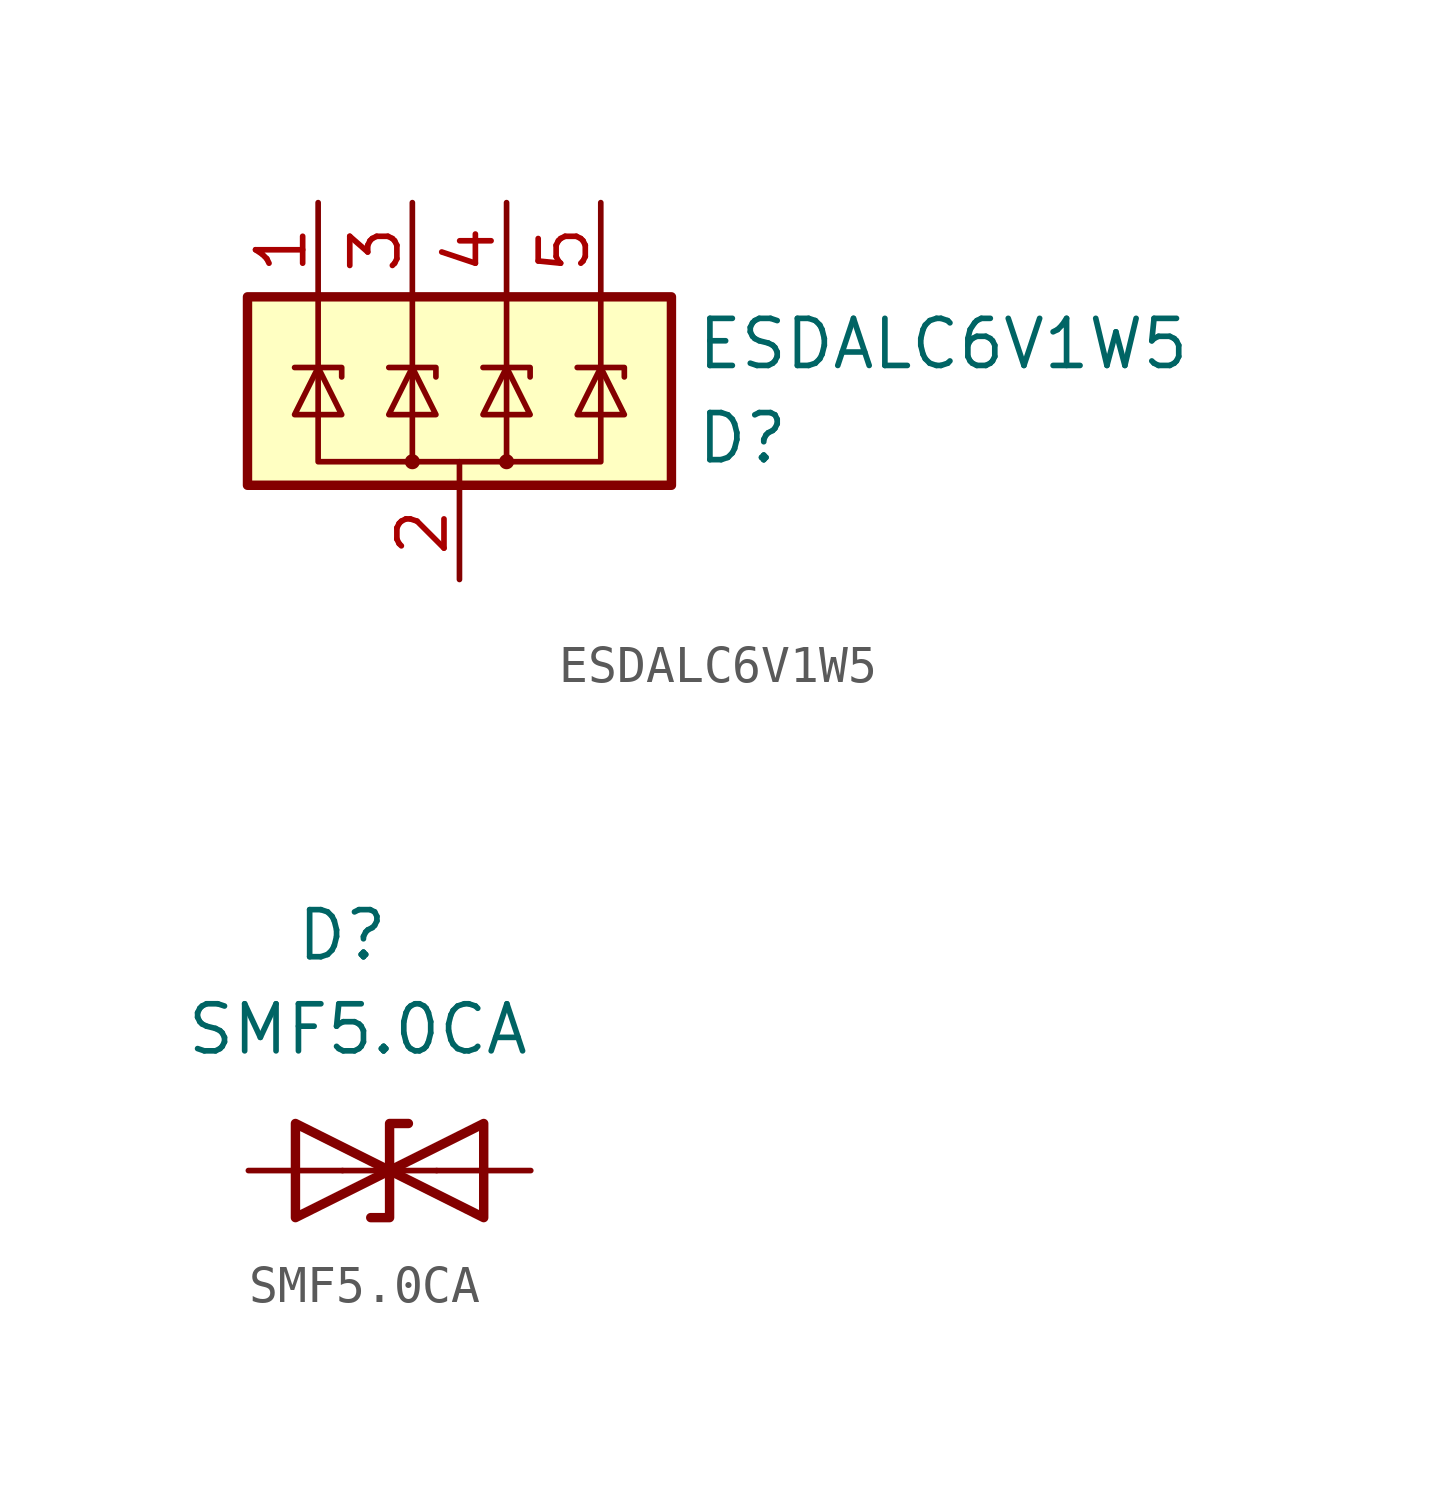
<source format=kicad_sym>
(kicad_symbol_lib
  (version 20211014)
  (generator kicad_symbol_editor)
  (symbol "ESDALC6V1W5"
    (pin_names hide)
    (property "Reference" "D"
      (at 6.35 -1.27 0)
      (effects (font (size 1.27 1.27)) (justify left)))
    (property "Value" "ESDALC6V1W5"
      (at 6.35 1.27 0)
      (effects (font (size 1.27 1.27)) (justify left)))
    (symbol "ESDALC6V1W5_0_0"
      (pin passive line (at 0 -5.08 90) (length 2.54) (name "GND" (effects (font (size 1.27 1.27)))) (number "2" (effects (font (size 1.27 1.27))))))
    (symbol "ESDALC6V1W5_0_1"
      (rectangle (start -5.715 2.54) (end 5.715 -2.54) (stroke (width 0.254) (type default) (color 0 0 0 0)) (fill (type background)))
      (circle (center -1.27 -1.905) (radius 0.127) (stroke (width 0) (type default) (color 0 0 0 0)) (fill (type none)))
      (polyline (pts (xy -1.27 2.54) (xy -1.27 -1.905)) (stroke (width 0) (type default) (color 0 0 0 0)) (fill (type none)))
      (polyline (pts (xy 0 -1.905) (xy 0 -2.54)) (stroke (width 0) (type default) (color 0 0 0 0)) (fill (type none)))
      (polyline (pts (xy 1.27 2.54) (xy 1.27 -1.905)) (stroke (width 0) (type default) (color 0 0 0 0)) (fill (type none)))
      (polyline (pts (xy -4.445 0.635) (xy -3.175 0.635) (xy -3.175 0.381)) (stroke (width 0) (type default) (color 0 0 0 0)) (fill (type none)))
      (polyline (pts (xy -1.905 0.635) (xy -0.635 0.635) (xy -0.635 0.381)) (stroke (width 0) (type default) (color 0 0 0 0)) (fill (type none)))
      (polyline (pts (xy 0.635 0.635) (xy 1.905 0.635) (xy 1.905 0.381)) (stroke (width 0) (type default) (color 0 0 0 0)) (fill (type none)))
      (polyline (pts (xy 3.175 0.635) (xy 4.445 0.635) (xy 4.445 0.381)) (stroke (width 0) (type default) (color 0 0 0 0)) (fill (type none)))
      (polyline (pts (xy -4.445 -0.635) (xy -3.175 -0.635) (xy -3.81 0.635) (xy -4.445 -0.635)) (stroke (width 0) (type default) (color 0 0 0 0)) (fill (type none)))
      (polyline (pts (xy -3.81 2.54) (xy -3.81 -1.905) (xy 3.81 -1.905) (xy 3.81 2.54)) (stroke (width 0) (type default) (color 0 0 0 0)) (fill (type none)))
      (polyline (pts (xy -1.905 -0.635) (xy -0.635 -0.635) (xy -1.27 0.635) (xy -1.905 -0.635)) (stroke (width 0) (type default) (color 0 0 0 0)) (fill (type none)))
      (polyline (pts (xy 0.635 -0.635) (xy 1.905 -0.635) (xy 1.27 0.635) (xy 0.635 -0.635)) (stroke (width 0) (type default) (color 0 0 0 0)) (fill (type none)))
      (polyline (pts (xy 3.175 -0.635) (xy 4.445 -0.635) (xy 3.81 0.635) (xy 3.175 -0.635)) (stroke (width 0) (type default) (color 0 0 0 0)) (fill (type none)))
      (circle (center 1.27 -1.905) (radius 0.127) (stroke (width 0) (type default) (color 0 0 0 0)) (fill (type none))))
    (symbol "ESDALC6V1W5_1_1"
      (pin passive line (at -3.81 5.08 270) (length 2.54) (name "IO1" (effects (font (size 1.27 1.27)))) (number "1" (effects (font (size 1.27 1.27)))))
      (pin passive line (at -1.27 5.08 270) (length 2.54) (name "IO2" (effects (font (size 1.27 1.27)))) (number "3" (effects (font (size 1.27 1.27)))))
      (pin passive line (at 1.27 5.08 270) (length 2.54) (name "IO3" (effects (font (size 1.27 1.27)))) (number "4" (effects (font (size 1.27 1.27)))))
      (pin passive line (at 3.81 5.08 270) (length 2.54) (name "IO4" (effects (font (size 1.27 1.27)))) (number "5" (effects (font (size 1.27 1.27)))))))
  (symbol "SMF5.0CA"
    (pin_numbers hide)
    (pin_names
      (offset 1.016) hide)
    (property "Reference" "D"
      (at 0 6.35 0)
      (effects (font (size 1.27 1.27)) (justify right)))
    (property "Value" "SMF5.0CA"
      (at 3.81 3.81 0)
      (effects (font (size 1.27 1.27)) (justify right)))
    (symbol "SMF5.0CA_0_1"
      (polyline (pts (xy 1.27 0) (xy -1.27 0)) (stroke (width 0) (type default) (color 0 0 0 0)) (fill (type none)))
      (polyline (pts (xy 0.508 1.27) (xy 0 1.27) (xy 0 -1.27) (xy -0.508 -1.27)) (stroke (width 0.254) (type default) (color 0 0 0 0)) (fill (type none)))
      (polyline (pts (xy -2.54 1.27) (xy -2.54 -1.27) (xy 2.54 1.27) (xy 2.54 -1.27) (xy -2.54 1.27)) (stroke (width 0.254) (type default) (color 0 0 0 0)) (fill (type none))))
    (symbol "SMF5.0CA_1_1"
      (pin passive line (at -3.81 0 0) (length 2.54) (name "A1" (effects (font (size 1.27 1.27)))) (number "1" (effects (font (size 1.27 1.27)))))
      (pin passive line (at 3.81 0 180) (length 2.54) (name "A2" (effects (font (size 1.27 1.27)))) (number "2" (effects (font (size 1.27 1.27))))))))
</source>
